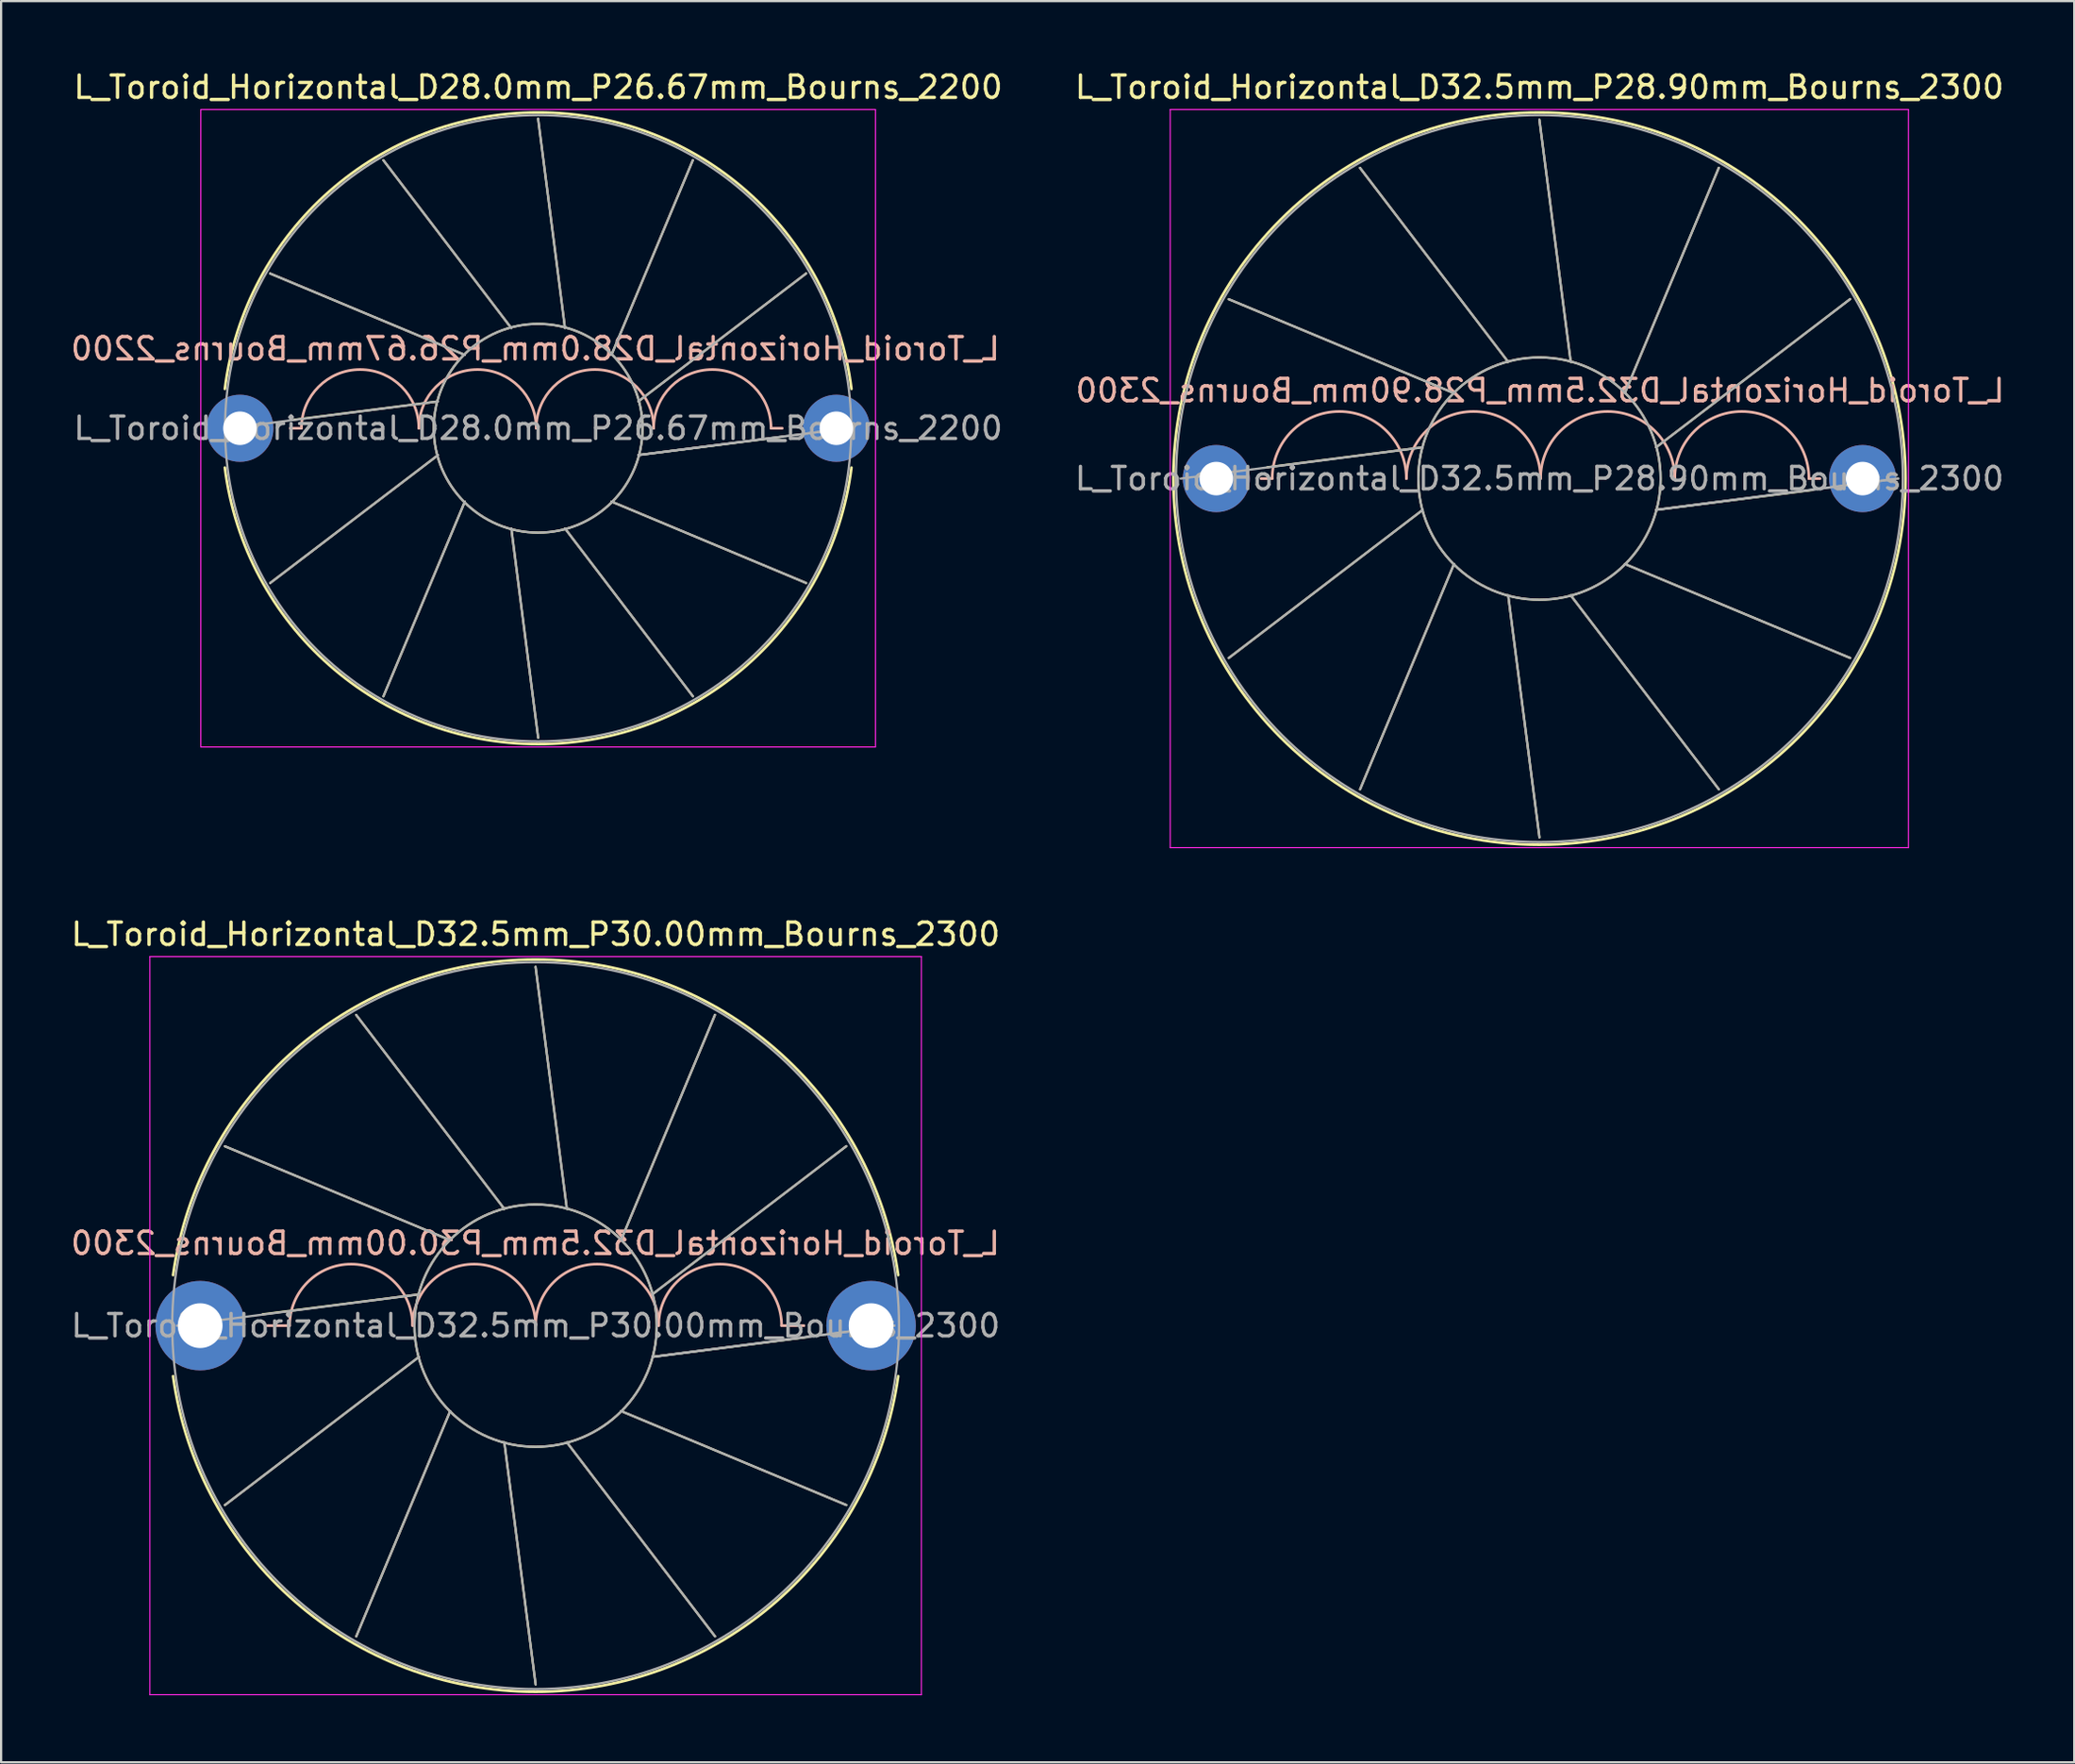
<source format=kicad_pcb>
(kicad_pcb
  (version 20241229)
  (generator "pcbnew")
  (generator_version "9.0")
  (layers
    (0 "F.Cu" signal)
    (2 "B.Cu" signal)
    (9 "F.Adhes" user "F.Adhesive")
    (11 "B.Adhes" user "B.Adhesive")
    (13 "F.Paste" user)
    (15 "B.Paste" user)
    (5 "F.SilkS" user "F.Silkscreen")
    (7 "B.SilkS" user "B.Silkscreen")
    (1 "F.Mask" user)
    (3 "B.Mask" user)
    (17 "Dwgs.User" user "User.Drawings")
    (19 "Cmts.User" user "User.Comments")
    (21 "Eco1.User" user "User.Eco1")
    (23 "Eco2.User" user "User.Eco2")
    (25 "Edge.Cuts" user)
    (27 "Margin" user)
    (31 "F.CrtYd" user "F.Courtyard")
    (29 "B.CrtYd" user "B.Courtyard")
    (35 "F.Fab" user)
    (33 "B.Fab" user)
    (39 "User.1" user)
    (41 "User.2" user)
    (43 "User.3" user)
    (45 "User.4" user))
  (footprint "L_Toroid_Horizontal_D32.5mm_P28.90mm_Bourns_2300"
    (layer "F.Cu")
    (at 51.338 18.348)
    (property "Reference" "L_Toroid_Horizontal_D32.5mm_P28.90mm_Bourns_2300" (at 14.45 -17.5 0) (layer "F.SilkS") (effects (font (size 1 1) (thickness 0.15))))
    (fp_line (start 0.556 -8.02) (end 10.629 -3.82) (stroke (width 0.1) (type solid)) (layer "F.SilkS"))
    (fp_line (start 0.557 8.022) (end 9.232 1.399) (stroke (width 0.1) (type solid)) (layer "F.SilkS"))
    (fp_line (start 2.286 -0.508) (end 9.231 -1.398) (stroke (width 0.1) (type solid)) (layer "F.SilkS"))
    (fp_line (start 6.427 -13.892) (end 13.051 -5.218) (stroke (width 0.1) (type solid)) (layer "F.SilkS"))
    (fp_line (start 6.43 13.894) (end 10.63 3.82) (stroke (width 0.1) (type solid)) (layer "F.SilkS"))
    (fp_line (start 14.448 -16.043) (end 15.848 -5.219) (stroke (width 0.1) (type solid)) (layer "F.SilkS"))
    (fp_line (start 14.451 16.043) (end 13.052 5.219) (stroke (width 0.1) (type solid)) (layer "F.SilkS"))
    (fp_line (start 22.469 -13.895) (end 18.27 -3.821) (stroke (width 0.1) (type solid)) (layer "F.SilkS"))
    (fp_line (start 22.472 13.893) (end 15.848 5.218) (stroke (width 0.1) (type solid)) (layer "F.SilkS"))
    (fp_line (start 26.67 0.508) (end 19.669 1.397) (stroke (width 0.1) (type solid)) (layer "F.SilkS"))
    (fp_line (start 28.342 -8.024) (end 19.668 -1.399) (stroke (width 0.1) (type solid)) (layer "F.SilkS"))
    (fp_line (start 28.343 8.021) (end 18.27 3.82) (stroke (width 0.1) (type solid)) (layer "F.SilkS"))
    (fp_circle (center 14.45 0) (end 19.867 0) (stroke (width 0.1) (type solid)) (fill no) (layer "F.SilkS"))
    (fp_circle (center 14.45 0) (end 30.82 0) (stroke (width 0.12) (type solid)) (fill no) (layer "F.SilkS"))
    (fp_line (start 2.5 0) (end 2 0) (stroke (width 0.12) (type solid)) (layer "B.SilkS"))
    (fp_line (start 26.5 0) (end 27 0) (stroke (width 0.12) (type solid)) (layer "B.SilkS"))
    (fp_arc (start 2.5 0) (mid 5.5 -3) (end 8.5 0) (stroke (width 0.12) (type solid)) (layer "B.SilkS"))
    (fp_arc (start 8.5 0) (mid 11.5 -3) (end 14.5 0) (stroke (width 0.12) (type solid)) (layer "B.SilkS"))
    (fp_arc (start 14.5 0) (mid 17.5 -3) (end 20.5 0) (stroke (width 0.12) (type solid)) (layer "B.SilkS"))
    (fp_arc (start 20.5 0) (mid 23.5 -3) (end 26.5 0) (stroke (width 0.12) (type solid)) (layer "B.SilkS"))
    (fp_line (start -2.06 -16.5) (end -2.06 16.5) (stroke (width 0.05) (type solid)) (layer "F.CrtYd"))
    (fp_line (start -2.06 16.5) (end 30.95 16.5) (stroke (width 0.05) (type solid)) (layer "F.CrtYd"))
    (fp_line (start 30.95 -16.5) (end -2.06 -16.5) (stroke (width 0.05) (type solid)) (layer "F.CrtYd"))
    (fp_line (start 30.95 16.5) (end 30.95 -16.5) (stroke (width 0.05) (type solid)) (layer "F.CrtYd"))
    (fp_line (start -1.593 0.001) (end 9.231 -1.398) (stroke (width 0.1) (type solid)) (layer "F.Fab"))
    (fp_line (start 0.556 -8.02) (end 10.629 -3.82) (stroke (width 0.1) (type solid)) (layer "F.Fab"))
    (fp_line (start 0.557 8.022) (end 9.232 1.399) (stroke (width 0.1) (type solid)) (layer "F.Fab"))
    (fp_line (start 6.427 -13.892) (end 13.051 -5.218) (stroke (width 0.1) (type solid)) (layer "F.Fab"))
    (fp_line (start 6.43 13.894) (end 10.63 3.82) (stroke (width 0.1) (type solid)) (layer "F.Fab"))
    (fp_line (start 14.448 -16.043) (end 15.848 -5.219) (stroke (width 0.1) (type solid)) (layer "F.Fab"))
    (fp_line (start 14.451 16.043) (end 13.052 5.219) (stroke (width 0.1) (type solid)) (layer "F.Fab"))
    (fp_line (start 22.469 -13.895) (end 18.27 -3.821) (stroke (width 0.1) (type solid)) (layer "F.Fab"))
    (fp_line (start 22.472 13.893) (end 15.848 5.218) (stroke (width 0.1) (type solid)) (layer "F.Fab"))
    (fp_line (start 28.342 -8.024) (end 19.668 -1.399) (stroke (width 0.1) (type solid)) (layer "F.Fab"))
    (fp_line (start 28.343 8.021) (end 18.27 3.82) (stroke (width 0.1) (type solid)) (layer "F.Fab"))
    (fp_line (start 30.493 -0.003) (end 19.669 1.397) (stroke (width 0.1) (type solid)) (layer "F.Fab"))
    (fp_line (start 30.493 0) (end 19.669 1.398) (stroke (width 0.1) (type solid)) (layer "F.Fab"))
    (fp_circle (center 14.45 0) (end 19.867 0) (stroke (width 0.1) (type solid)) (fill no) (layer "F.Fab"))
    (fp_circle (center 14.45 0) (end 30.7 0) (stroke (width 0.1) (type solid)) (fill no) (layer "F.Fab"))
    (fp_text user "${REFERENCE}" (at 14.478 -3.937 0) (layer "B.SilkS") (effects (font (size 1 1) (thickness 0.15)) (justify mirror)))
    (fp_text user "${REFERENCE}" (at 14.45 0 0) (layer "F.Fab") (effects (font (size 1 1) (thickness 0.15))))
    (pad "1" thru_hole circle (at 0 0) (size 3 3) (drill 1.5) (layers "*.Cu" "*.Mask"))
    (pad "2" thru_hole circle (at 28.9 0) (size 3 3) (drill 1.5) (layers "*.Cu" "*.Mask")))
  (footprint "L_Toroid_Horizontal_D32.5mm_P30.00mm_Bourns_2300"
    (layer "F.Cu")
    (at 5.901 56.221)
    (property "Reference" "L_Toroid_Horizontal_D32.5mm_P30.00mm_Bourns_2300" (at 15 -17.5 0) (layer "F.SilkS") (effects (font (size 1 1) (thickness 0.15))))
    (fp_line (start 1.106 -8.02) (end 11.179 -3.82) (stroke (width 0.1) (type solid)) (layer "F.SilkS"))
    (fp_line (start 1.107 8.022) (end 9.782 1.399) (stroke (width 0.1) (type solid)) (layer "F.SilkS"))
    (fp_line (start 2.794 -0.508) (end 9.781 -1.398) (stroke (width 0.1) (type solid)) (layer "F.SilkS"))
    (fp_line (start 6.977 -13.892) (end 13.601 -5.218) (stroke (width 0.1) (type solid)) (layer "F.SilkS"))
    (fp_line (start 6.98 13.894) (end 11.18 3.82) (stroke (width 0.1) (type solid)) (layer "F.SilkS"))
    (fp_line (start 14.998 -16.043) (end 16.398 -5.219) (stroke (width 0.1) (type solid)) (layer "F.SilkS"))
    (fp_line (start 15.001 16.043) (end 13.602 5.219) (stroke (width 0.1) (type solid)) (layer "F.SilkS"))
    (fp_line (start 23.019 -13.895) (end 18.82 -3.821) (stroke (width 0.1) (type solid)) (layer "F.SilkS"))
    (fp_line (start 23.022 13.893) (end 16.398 5.218) (stroke (width 0.1) (type solid)) (layer "F.SilkS"))
    (fp_line (start 27.178 0.508) (end 20.219 1.398) (stroke (width 0.1) (type solid)) (layer "F.SilkS"))
    (fp_line (start 28.892 -8.024) (end 20.218 -1.399) (stroke (width 0.1) (type solid)) (layer "F.SilkS"))
    (fp_line (start 28.893 8.021) (end 18.82 3.82) (stroke (width 0.1) (type solid)) (layer "F.SilkS"))
    (fp_arc (start -1.213245 -2.26) (mid 15 -16.37) (end 31.213245 -2.26) (stroke (width 0.12) (type solid)) (layer "F.SilkS"))
    (fp_arc (start 31.213245 2.26) (mid 15 16.37) (end -1.213245 2.26) (stroke (width 0.12) (type solid)) (layer "F.SilkS"))
    (fp_circle (center 15 0) (end 20.417 0) (stroke (width 0.1) (type solid)) (fill no) (layer "F.SilkS"))
    (fp_line (start 4 0) (end 3 0) (stroke (width 0.12) (type solid)) (layer "B.SilkS"))
    (fp_line (start 26 0) (end 27 0) (stroke (width 0.12) (type solid)) (layer "B.SilkS"))
    (fp_arc (start 4 0) (mid 6.75 -2.75) (end 9.5 0) (stroke (width 0.12) (type solid)) (layer "B.SilkS"))
    (fp_arc (start 9.5 0) (mid 12.25 -2.75) (end 15 0) (stroke (width 0.12) (type solid)) (layer "B.SilkS"))
    (fp_arc (start 15 0) (mid 17.75 -2.75) (end 20.5 0) (stroke (width 0.12) (type solid)) (layer "B.SilkS"))
    (fp_arc (start 20.5 0) (mid 23.25 -2.75) (end 26 0) (stroke (width 0.12) (type solid)) (layer "B.SilkS"))
    (fp_line (start -2.25 -16.5) (end -2.25 16.5) (stroke (width 0.05) (type solid)) (layer "F.CrtYd"))
    (fp_line (start -2.25 16.5) (end 32.25 16.5) (stroke (width 0.05) (type solid)) (layer "F.CrtYd"))
    (fp_line (start 32.25 -16.5) (end -2.25 -16.5) (stroke (width 0.05) (type solid)) (layer "F.CrtYd"))
    (fp_line (start 32.25 16.5) (end 32.25 -16.5) (stroke (width 0.05) (type solid)) (layer "F.CrtYd"))
    (fp_line (start -1.043 0.001) (end 9.781 -1.398) (stroke (width 0.1) (type solid)) (layer "F.Fab"))
    (fp_line (start 1.106 -8.02) (end 11.179 -3.82) (stroke (width 0.1) (type solid)) (layer "F.Fab"))
    (fp_line (start 1.107 8.022) (end 9.782 1.399) (stroke (width 0.1) (type solid)) (layer "F.Fab"))
    (fp_line (start 6.977 -13.892) (end 13.601 -5.218) (stroke (width 0.1) (type solid)) (layer "F.Fab"))
    (fp_line (start 6.98 13.894) (end 11.18 3.82) (stroke (width 0.1) (type solid)) (layer "F.Fab"))
    (fp_line (start 14.998 -16.043) (end 16.398 -5.219) (stroke (width 0.1) (type solid)) (layer "F.Fab"))
    (fp_line (start 15.001 16.043) (end 13.602 5.219) (stroke (width 0.1) (type solid)) (layer "F.Fab"))
    (fp_line (start 23.019 -13.895) (end 18.82 -3.821) (stroke (width 0.1) (type solid)) (layer "F.Fab"))
    (fp_line (start 23.022 13.893) (end 16.398 5.218) (stroke (width 0.1) (type solid)) (layer "F.Fab"))
    (fp_line (start 28.892 -8.024) (end 20.218 -1.399) (stroke (width 0.1) (type solid)) (layer "F.Fab"))
    (fp_line (start 28.893 8.021) (end 18.82 3.82) (stroke (width 0.1) (type solid)) (layer "F.Fab"))
    (fp_line (start 31.043 -0.003) (end 20.219 1.397) (stroke (width 0.1) (type solid)) (layer "F.Fab"))
    (fp_line (start 31.043 0) (end 20.219 1.398) (stroke (width 0.1) (type solid)) (layer "F.Fab"))
    (fp_circle (center 15 0) (end 20.417 0) (stroke (width 0.1) (type solid)) (fill no) (layer "F.Fab"))
    (fp_circle (center 15 0) (end 31.25 0) (stroke (width 0.1) (type solid)) (fill no) (layer "F.Fab"))
    (fp_text user "${REFERENCE}" (at 14.986 -3.683 0) (layer "B.SilkS") (effects (font (size 1 1) (thickness 0.15)) (justify mirror)))
    (fp_text user "${REFERENCE}" (at 15 0 0) (layer "F.Fab") (effects (font (size 1 1) (thickness 0.15))))
    (pad "1" thru_hole circle (at 0 0) (size 4 4) (drill 2) (layers "*.Cu" "*.Mask"))
    (pad "2" thru_hole circle (at 30 0) (size 4 4) (drill 2) (layers "*.Cu" "*.Mask")))
  (footprint "L_Toroid_Horizontal_D28.0mm_P26.67mm_Bourns_2200"
    (layer "F.Cu")
    (at 7.679 16.098)
    (property "Reference" "L_Toroid_Horizontal_D28.0mm_P26.67mm_Bourns_2200" (at 13.335 -15.25 0) (layer "F.SilkS") (effects (font (size 1 1) (thickness 0.15))))
    (fp_line (start 1.351 -6.918) (end 10.055 -3.279) (stroke (width 0.1) (type solid)) (layer "F.SilkS"))
    (fp_line (start 1.352 6.92) (end 8.856 1.201) (stroke (width 0.1) (type solid)) (layer "F.SilkS"))
    (fp_line (start 2.413 -0.381) (end 8.855 -1.2) (stroke (width 0.1) (type solid)) (layer "F.SilkS"))
    (fp_line (start 6.415 -11.983) (end 12.134 -4.479) (stroke (width 0.1) (type solid)) (layer "F.SilkS"))
    (fp_line (start 6.417 11.984) (end 10.056 3.28) (stroke (width 0.1) (type solid)) (layer "F.SilkS"))
    (fp_line (start 13.333 -13.838) (end 14.535 -4.48) (stroke (width 0.1) (type solid)) (layer "F.SilkS"))
    (fp_line (start 13.336 13.838) (end 12.135 4.48) (stroke (width 0.1) (type solid)) (layer "F.SilkS"))
    (fp_line (start 20.252 -11.985) (end 16.614 -3.28) (stroke (width 0.1) (type solid)) (layer "F.SilkS"))
    (fp_line (start 20.254 11.983) (end 14.535 4.48) (stroke (width 0.1) (type solid)) (layer "F.SilkS"))
    (fp_line (start 24.257 0.381) (end 17.815 1.199) (stroke (width 0.1) (type solid)) (layer "F.SilkS"))
    (fp_line (start 25.318 -6.921) (end 17.814 -1.201) (stroke (width 0.1) (type solid)) (layer "F.SilkS"))
    (fp_line (start 25.319 6.919) (end 16.614 3.279) (stroke (width 0.1) (type solid)) (layer "F.SilkS"))
    (fp_arc (start -0.674882 -1.76) (mid 13.335 -14.12) (end 27.344882 -1.76) (stroke (width 0.12) (type solid)) (layer "F.SilkS"))
    (fp_arc (start 27.344882 1.76) (mid 13.335 14.12) (end -0.674882 1.76) (stroke (width 0.12) (type solid)) (layer "F.SilkS"))
    (fp_circle (center 13.335 0) (end 18.002 0) (stroke (width 0.1) (type solid)) (fill no) (layer "F.SilkS"))
    (fp_line (start 2.75 0) (end 2.25 0) (stroke (width 0.12) (type solid)) (layer "B.SilkS"))
    (fp_line (start 23.75 0) (end 24.25 0) (stroke (width 0.12) (type solid)) (layer "B.SilkS"))
    (fp_arc (start 2.75 0) (mid 5.375 -2.625) (end 8 0) (stroke (width 0.12) (type solid)) (layer "B.SilkS"))
    (fp_arc (start 8 0) (mid 10.625 -2.625) (end 13.25 0) (stroke (width 0.12) (type solid)) (layer "B.SilkS"))
    (fp_arc (start 13.25 0) (mid 15.875 -2.625) (end 18.5 0) (stroke (width 0.12) (type solid)) (layer "B.SilkS"))
    (fp_arc (start 18.5 0) (mid 21.125 -2.625) (end 23.75 0) (stroke (width 0.12) (type solid)) (layer "B.SilkS"))
    (fp_line (start -1.75 -14.25) (end -1.75 14.25) (stroke (width 0.05) (type solid)) (layer "F.CrtYd"))
    (fp_line (start -1.75 14.25) (end 28.42 14.25) (stroke (width 0.05) (type solid)) (layer "F.CrtYd"))
    (fp_line (start 28.42 -14.25) (end -1.75 -14.25) (stroke (width 0.05) (type solid)) (layer "F.CrtYd"))
    (fp_line (start 28.42 14.25) (end 28.42 -14.25) (stroke (width 0.05) (type solid)) (layer "F.CrtYd"))
    (fp_line (start -0.503 0.001) (end 8.855 -1.2) (stroke (width 0.1) (type solid)) (layer "F.Fab"))
    (fp_line (start 1.351 -6.918) (end 10.055 -3.279) (stroke (width 0.1) (type solid)) (layer "F.Fab"))
    (fp_line (start 1.352 6.92) (end 8.856 1.201) (stroke (width 0.1) (type solid)) (layer "F.Fab"))
    (fp_line (start 6.415 -11.983) (end 12.134 -4.479) (stroke (width 0.1) (type solid)) (layer "F.Fab"))
    (fp_line (start 6.417 11.984) (end 10.056 3.28) (stroke (width 0.1) (type solid)) (layer "F.Fab"))
    (fp_line (start 13.333 -13.838) (end 14.535 -4.48) (stroke (width 0.1) (type solid)) (layer "F.Fab"))
    (fp_line (start 13.336 13.838) (end 12.135 4.48) (stroke (width 0.1) (type solid)) (layer "F.Fab"))
    (fp_line (start 20.252 -11.985) (end 16.614 -3.28) (stroke (width 0.1) (type solid)) (layer "F.Fab"))
    (fp_line (start 20.254 11.983) (end 14.535 4.48) (stroke (width 0.1) (type solid)) (layer "F.Fab"))
    (fp_line (start 25.318 -6.921) (end 17.814 -1.201) (stroke (width 0.1) (type solid)) (layer "F.Fab"))
    (fp_line (start 25.319 6.919) (end 16.614 3.279) (stroke (width 0.1) (type solid)) (layer "F.Fab"))
    (fp_line (start 27.173 -0.003) (end 17.815 1.199) (stroke (width 0.1) (type solid)) (layer "F.Fab"))
    (fp_line (start 27.173 0) (end 17.815 1.2) (stroke (width 0.1) (type solid)) (layer "F.Fab"))
    (fp_circle (center 13.335 0) (end 18.002 0) (stroke (width 0.1) (type solid)) (fill no) (layer "F.Fab"))
    (fp_circle (center 13.335 0) (end 27.335 0) (stroke (width 0.1) (type solid)) (fill no) (layer "F.Fab"))
    (fp_text user "${REFERENCE}" (at 13.208 -3.556 0) (layer "B.SilkS") (effects (font (size 1 1) (thickness 0.15)) (justify mirror)))
    (fp_text user "${REFERENCE}" (at 13.335 0 0) (layer "F.Fab") (effects (font (size 1 1) (thickness 0.15))))
    (pad "1" thru_hole circle (at 0 0) (size 3 3) (drill 1.5) (layers "*.Cu" "*.Mask"))
    (pad "2" thru_hole circle (at 26.67 0) (size 3 3) (drill 1.5) (layers "*.Cu" "*.Mask")))
  (gr_rect
    (start -3 -3)
    (end 89.703 75.746)
    (stroke (width 0.1) (type default))
    (fill no)
    (layer "Edge.Cuts")))
</source>
